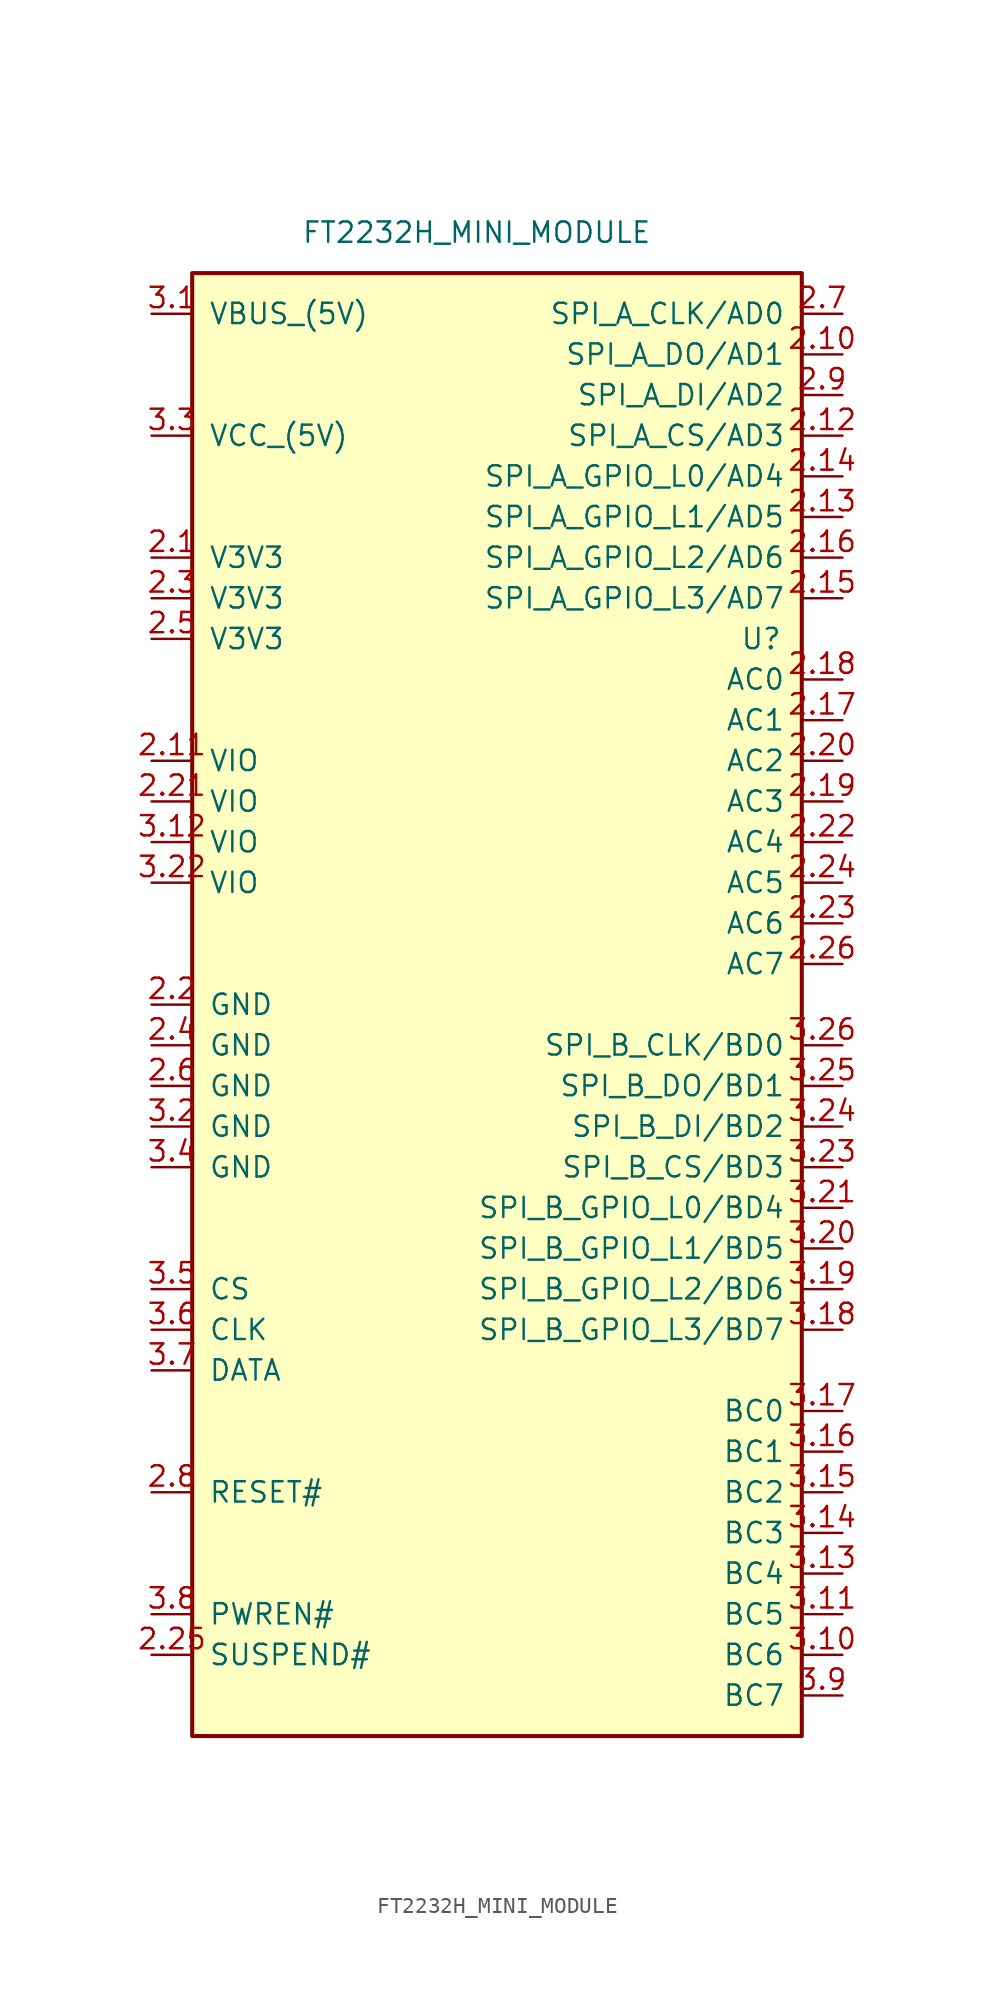
<source format=kicad_sym>
(kicad_symbol_lib
  (version 20211014)
  (generator kicad_symbol_editor)
  (symbol "FT2232H_MINI_MODULE"
    (pin_names
      (offset 1.016))
    (property "Reference" "U"
      (at 15.24 22.86 0)
      (effects (font (size 1.27 1.27))))
    (property "Value" "FT2232H_MINI_MODULE"
      (at -2.54 48.26 0)
      (effects (font (size 1.27 1.27))))
    (symbol "FT2232H_MINI_MODULE_0_1"
      (rectangle (start -20.32 45.72) (end 17.78 -45.72) (stroke (width 0.254) (type default) (color 0 0 0 0)) (fill (type background))))
    (symbol "FT2232H_MINI_MODULE_1_1"
      (pin power_out line (at -22.86 27.94 0) (length 2.54) (name "V3V3" (effects (font (size 1.27 1.27)))) (number "2.1" (effects (font (size 1.27 1.27)))))
      (pin bidirectional line (at 20.32 40.64 180) (length 2.54) (name "SPI_A_DO/AD1" (effects (font (size 1.27 1.27)))) (number "2.10" (effects (font (size 1.27 1.27)))))
      (pin power_in line (at -22.86 15.24 0) (length 2.54) (name "VIO" (effects (font (size 1.27 1.27)))) (number "2.11" (effects (font (size 1.27 1.27)))))
      (pin bidirectional line (at 20.32 35.56 180) (length 2.54) (name "SPI_A_CS/AD3" (effects (font (size 1.27 1.27)))) (number "2.12" (effects (font (size 1.27 1.27)))))
      (pin bidirectional line (at 20.32 30.48 180) (length 2.54) (name "SPI_A_GPIO_L1/AD5" (effects (font (size 1.27 1.27)))) (number "2.13" (effects (font (size 1.27 1.27)))))
      (pin bidirectional line (at 20.32 33.02 180) (length 2.54) (name "SPI_A_GPIO_L0/AD4" (effects (font (size 1.27 1.27)))) (number "2.14" (effects (font (size 1.27 1.27)))))
      (pin bidirectional line (at 20.32 25.4 180) (length 2.54) (name "SPI_A_GPIO_L3/AD7" (effects (font (size 1.27 1.27)))) (number "2.15" (effects (font (size 1.27 1.27)))))
      (pin bidirectional line (at 20.32 27.94 180) (length 2.54) (name "SPI_A_GPIO_L2/AD6" (effects (font (size 1.27 1.27)))) (number "2.16" (effects (font (size 1.27 1.27)))))
      (pin bidirectional line (at 20.32 17.78 180) (length 2.54) (name "AC1" (effects (font (size 1.27 1.27)))) (number "2.17" (effects (font (size 1.27 1.27)))))
      (pin bidirectional line (at 20.32 20.32 180) (length 2.54) (name "AC0" (effects (font (size 1.27 1.27)))) (number "2.18" (effects (font (size 1.27 1.27)))))
      (pin bidirectional line (at 20.32 12.7 180) (length 2.54) (name "AC3" (effects (font (size 1.27 1.27)))) (number "2.19" (effects (font (size 1.27 1.27)))))
      (pin power_in line (at -22.86 0 0) (length 2.54) (name "GND" (effects (font (size 1.27 1.27)))) (number "2.2" (effects (font (size 1.27 1.27)))))
      (pin bidirectional line (at 20.32 15.24 180) (length 2.54) (name "AC2" (effects (font (size 1.27 1.27)))) (number "2.20" (effects (font (size 1.27 1.27)))))
      (pin power_in line (at -22.86 12.7 0) (length 2.54) (name "VIO" (effects (font (size 1.27 1.27)))) (number "2.21" (effects (font (size 1.27 1.27)))))
      (pin bidirectional line (at 20.32 10.16 180) (length 2.54) (name "AC4" (effects (font (size 1.27 1.27)))) (number "2.22" (effects (font (size 1.27 1.27)))))
      (pin bidirectional line (at 20.32 5.08 180) (length 2.54) (name "AC6" (effects (font (size 1.27 1.27)))) (number "2.23" (effects (font (size 1.27 1.27)))))
      (pin bidirectional line (at 20.32 7.62 180) (length 2.54) (name "AC5" (effects (font (size 1.27 1.27)))) (number "2.24" (effects (font (size 1.27 1.27)))))
      (pin output line (at -22.86 -40.64 0) (length 2.54) (name "SUSPEND#" (effects (font (size 1.27 1.27)))) (number "2.25" (effects (font (size 1.27 1.27)))))
      (pin bidirectional line (at 20.32 2.54 180) (length 2.54) (name "AC7" (effects (font (size 1.27 1.27)))) (number "2.26" (effects (font (size 1.27 1.27)))))
      (pin power_out line (at -22.86 25.4 0) (length 2.54) (name "V3V3" (effects (font (size 1.27 1.27)))) (number "2.3" (effects (font (size 1.27 1.27)))))
      (pin power_in line (at -22.86 -2.54 0) (length 2.54) (name "GND" (effects (font (size 1.27 1.27)))) (number "2.4" (effects (font (size 1.27 1.27)))))
      (pin power_out line (at -22.86 22.86 0) (length 2.54) (name "V3V3" (effects (font (size 1.27 1.27)))) (number "2.5" (effects (font (size 1.27 1.27)))))
      (pin power_in line (at -22.86 -5.08 0) (length 2.54) (name "GND" (effects (font (size 1.27 1.27)))) (number "2.6" (effects (font (size 1.27 1.27)))))
      (pin bidirectional line (at 20.32 43.18 180) (length 2.54) (name "SPI_A_CLK/AD0" (effects (font (size 1.27 1.27)))) (number "2.7" (effects (font (size 1.27 1.27)))))
      (pin input line (at -22.86 -30.48 0) (length 2.54) (name "RESET#" (effects (font (size 1.27 1.27)))) (number "2.8" (effects (font (size 1.27 1.27)))))
      (pin bidirectional line (at 20.32 38.1 180) (length 2.54) (name "SPI_A_DI/AD2" (effects (font (size 1.27 1.27)))) (number "2.9" (effects (font (size 1.27 1.27)))))
      (pin power_out line (at -22.86 43.18 0) (length 2.54) (name "VBUS_(5V)" (effects (font (size 1.27 1.27)))) (number "3.1" (effects (font (size 1.27 1.27)))))
      (pin bidirectional line (at 20.32 -40.64 180) (length 2.54) (name "BC6" (effects (font (size 1.27 1.27)))) (number "3.10" (effects (font (size 1.27 1.27)))))
      (pin bidirectional line (at 20.32 -38.1 180) (length 2.54) (name "BC5" (effects (font (size 1.27 1.27)))) (number "3.11" (effects (font (size 1.27 1.27)))))
      (pin power_in line (at -22.86 10.16 0) (length 2.54) (name "VIO" (effects (font (size 1.27 1.27)))) (number "3.12" (effects (font (size 1.27 1.27)))))
      (pin bidirectional line (at 20.32 -35.56 180) (length 2.54) (name "BC4" (effects (font (size 1.27 1.27)))) (number "3.13" (effects (font (size 1.27 1.27)))))
      (pin bidirectional line (at 20.32 -33.02 180) (length 2.54) (name "BC3" (effects (font (size 1.27 1.27)))) (number "3.14" (effects (font (size 1.27 1.27)))))
      (pin bidirectional line (at 20.32 -30.48 180) (length 2.54) (name "BC2" (effects (font (size 1.27 1.27)))) (number "3.15" (effects (font (size 1.27 1.27)))))
      (pin bidirectional line (at 20.32 -27.94 180) (length 2.54) (name "BC1" (effects (font (size 1.27 1.27)))) (number "3.16" (effects (font (size 1.27 1.27)))))
      (pin bidirectional line (at 20.32 -25.4 180) (length 2.54) (name "BC0" (effects (font (size 1.27 1.27)))) (number "3.17" (effects (font (size 1.27 1.27)))))
      (pin bidirectional line (at 20.32 -20.32 180) (length 2.54) (name "SPI_B_GPIO_L3/BD7" (effects (font (size 1.27 1.27)))) (number "3.18" (effects (font (size 1.27 1.27)))))
      (pin bidirectional line (at 20.32 -17.78 180) (length 2.54) (name "SPI_B_GPIO_L2/BD6" (effects (font (size 1.27 1.27)))) (number "3.19" (effects (font (size 1.27 1.27)))))
      (pin power_in line (at -22.86 -7.62 0) (length 2.54) (name "GND" (effects (font (size 1.27 1.27)))) (number "3.2" (effects (font (size 1.27 1.27)))))
      (pin bidirectional line (at 20.32 -15.24 180) (length 2.54) (name "SPI_B_GPIO_L1/BD5" (effects (font (size 1.27 1.27)))) (number "3.20" (effects (font (size 1.27 1.27)))))
      (pin bidirectional line (at 20.32 -12.7 180) (length 2.54) (name "SPI_B_GPIO_L0/BD4" (effects (font (size 1.27 1.27)))) (number "3.21" (effects (font (size 1.27 1.27)))))
      (pin power_in line (at -22.86 7.62 0) (length 2.54) (name "VIO" (effects (font (size 1.27 1.27)))) (number "3.22" (effects (font (size 1.27 1.27)))))
      (pin bidirectional line (at 20.32 -10.16 180) (length 2.54) (name "SPI_B_CS/BD3" (effects (font (size 1.27 1.27)))) (number "3.23" (effects (font (size 1.27 1.27)))))
      (pin bidirectional line (at 20.32 -7.62 180) (length 2.54) (name "SPI_B_DI/BD2" (effects (font (size 1.27 1.27)))) (number "3.24" (effects (font (size 1.27 1.27)))))
      (pin bidirectional line (at 20.32 -5.08 180) (length 2.54) (name "SPI_B_DO/BD1" (effects (font (size 1.27 1.27)))) (number "3.25" (effects (font (size 1.27 1.27)))))
      (pin bidirectional line (at 20.32 -2.54 180) (length 2.54) (name "SPI_B_CLK/BD0" (effects (font (size 1.27 1.27)))) (number "3.26" (effects (font (size 1.27 1.27)))))
      (pin power_in line (at -22.86 35.56 0) (length 2.54) (name "VCC_(5V)" (effects (font (size 1.27 1.27)))) (number "3.3" (effects (font (size 1.27 1.27)))))
      (pin power_in line (at -22.86 -10.16 0) (length 2.54) (name "GND" (effects (font (size 1.27 1.27)))) (number "3.4" (effects (font (size 1.27 1.27)))))
      (pin bidirectional line (at -22.86 -17.78 0) (length 2.54) (name "CS" (effects (font (size 1.27 1.27)))) (number "3.5" (effects (font (size 1.27 1.27)))))
      (pin output line (at -22.86 -20.32 0) (length 2.54) (name "CLK" (effects (font (size 1.27 1.27)))) (number "3.6" (effects (font (size 1.27 1.27)))))
      (pin bidirectional line (at -22.86 -22.86 0) (length 2.54) (name "DATA" (effects (font (size 1.27 1.27)))) (number "3.7" (effects (font (size 1.27 1.27)))))
      (pin output line (at -22.86 -38.1 0) (length 2.54) (name "PWREN#" (effects (font (size 1.27 1.27)))) (number "3.8" (effects (font (size 1.27 1.27)))))
      (pin bidirectional line (at 20.32 -43.18 180) (length 2.54) (name "BC7" (effects (font (size 1.27 1.27)))) (number "3.9" (effects (font (size 1.27 1.27))))))))
</source>
